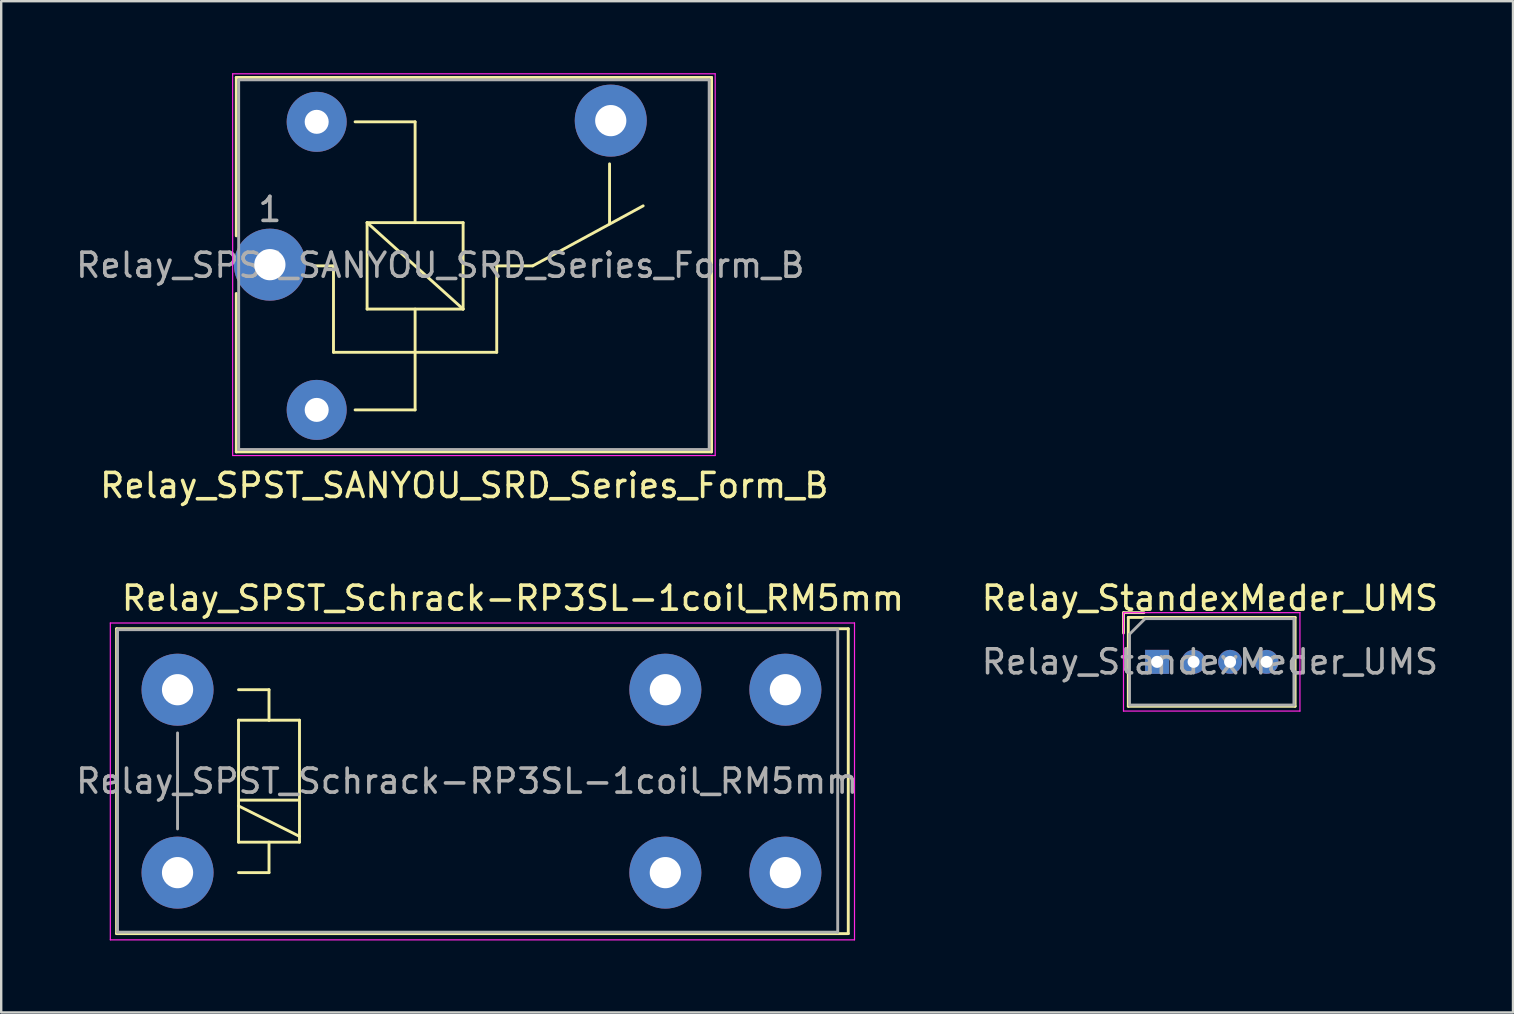
<source format=kicad_pcb>
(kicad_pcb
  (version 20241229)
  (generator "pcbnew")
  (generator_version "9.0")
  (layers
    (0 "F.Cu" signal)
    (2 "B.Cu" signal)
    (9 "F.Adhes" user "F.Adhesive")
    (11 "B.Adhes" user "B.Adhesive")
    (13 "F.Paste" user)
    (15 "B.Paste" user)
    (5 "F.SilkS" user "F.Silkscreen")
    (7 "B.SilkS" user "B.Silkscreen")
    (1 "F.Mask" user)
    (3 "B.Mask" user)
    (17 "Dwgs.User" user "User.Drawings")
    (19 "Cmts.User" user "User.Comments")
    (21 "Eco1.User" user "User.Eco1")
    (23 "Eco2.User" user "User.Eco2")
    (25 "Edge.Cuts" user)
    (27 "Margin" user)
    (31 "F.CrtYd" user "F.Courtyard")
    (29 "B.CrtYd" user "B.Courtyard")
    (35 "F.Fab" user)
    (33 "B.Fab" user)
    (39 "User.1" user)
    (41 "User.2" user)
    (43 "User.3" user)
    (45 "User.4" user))
  (footprint "Relay_SPST_Schrack-RP3SL-1coil_RM5mm"
    (layer "F.Cu")
    (at 4.346 25.681)
    (property "Reference" "Relay_SPST_Schrack-RP3SL-1coil_RM5mm" (at 13.97 -3.81 0) (layer "F.SilkS") (effects (font (size 1 1) (thickness 0.15))))
    (attr through_hole)
    (fp_line (start -2.54 -2.54) (end 27.94 -2.54) (stroke (width 0.12) (type solid)) (layer "F.SilkS"))
    (fp_line (start -2.54 10.16) (end -2.54 -2.54) (stroke (width 0.12) (type solid)) (layer "F.SilkS"))
    (fp_line (start 2.54 0) (end 3.81 0) (stroke (width 0.12) (type solid)) (layer "F.SilkS"))
    (fp_line (start 2.54 1.27) (end 3.81 1.27) (stroke (width 0.12) (type solid)) (layer "F.SilkS"))
    (fp_line (start 2.54 4.84) (end 5.08 6.11) (stroke (width 0.12) (type solid)) (layer "F.SilkS"))
    (fp_line (start 2.54 6.35) (end 2.54 1.27) (stroke (width 0.12) (type solid)) (layer "F.SilkS"))
    (fp_line (start 2.6 4.6) (end 5 4.6) (stroke (width 0.12) (type solid)) (layer "F.SilkS"))
    (fp_line (start 3.81 0) (end 3.81 1.27) (stroke (width 0.12) (type solid)) (layer "F.SilkS"))
    (fp_line (start 3.81 1.27) (end 5.08 1.27) (stroke (width 0.12) (type solid)) (layer "F.SilkS"))
    (fp_line (start 3.81 6.35) (end 3.81 7.62) (stroke (width 0.12) (type solid)) (layer "F.SilkS"))
    (fp_line (start 3.81 7.62) (end 2.54 7.62) (stroke (width 0.12) (type solid)) (layer "F.SilkS"))
    (fp_line (start 5.08 1.27) (end 5.08 6.35) (stroke (width 0.12) (type solid)) (layer "F.SilkS"))
    (fp_line (start 5.08 6.35) (end 2.54 6.35) (stroke (width 0.12) (type solid)) (layer "F.SilkS"))
    (fp_line (start 27.94 -2.54) (end 27.94 10.16) (stroke (width 0.12) (type solid)) (layer "F.SilkS"))
    (fp_line (start 27.94 10.16) (end -2.54 10.16) (stroke (width 0.12) (type solid)) (layer "F.SilkS"))
    (fp_line (start -2.8 -2.78) (end 28.2 -2.78) (stroke (width 0.05) (type solid)) (layer "F.CrtYd"))
    (fp_line (start -2.8 10.42) (end -2.8 -2.78) (stroke (width 0.05) (type solid)) (layer "F.CrtYd"))
    (fp_line (start 28.2 -2.78) (end 28.2 10.42) (stroke (width 0.05) (type solid)) (layer "F.CrtYd"))
    (fp_line (start 28.2 10.42) (end -2.8 10.42) (stroke (width 0.05) (type solid)) (layer "F.CrtYd"))
    (fp_line (start -2.5 -2.5) (end 27.5 -2.5) (stroke (width 0.12) (type solid)) (layer "F.Fab"))
    (fp_line (start -2.5 10.1) (end -2.5 -2.5) (stroke (width 0.12) (type solid)) (layer "F.Fab"))
    (fp_line (start 0 1.8) (end 0 5.8) (stroke (width 0.12) (type solid)) (layer "F.Fab"))
    (fp_line (start 27.5 -2.5) (end 27.5 10.1) (stroke (width 0.12) (type solid)) (layer "F.Fab"))
    (fp_line (start 27.5 10.1) (end -2.5 10.1) (stroke (width 0.12) (type solid)) (layer "F.Fab"))
    (fp_text user "${REFERENCE}" (at 12.065 3.81 0) (layer "F.Fab") (effects (font (size 1 1) (thickness 0.15))))
    (pad "11" thru_hole circle (at 20.32 0) (size 3 3) (drill 1.3) (layers "*.Cu" "*.Mask"))
    (pad "11" thru_hole circle (at 20.32 7.62) (size 3 3) (drill 1.3) (layers "*.Cu" "*.Mask"))
    (pad "14" thru_hole circle (at 25.32 0) (size 3 3) (drill 1.3) (layers "*.Cu" "*.Mask"))
    (pad "14" thru_hole circle (at 25.32 7.62) (size 3 3) (drill 1.3) (layers "*.Cu" "*.Mask"))
    (pad "A1" thru_hole circle (at 0 0) (size 3 3) (drill 1.3) (layers "*.Cu" "*.Mask"))
    (pad "A2" thru_hole circle (at 0 7.62) (size 3 3) (drill 1.3) (layers "*.Cu" "*.Mask")))
  (footprint "Relay_SPST_SANYOU_SRD_Series_Form_B"
    (layer "F.Cu")
    (at 8.192 7.975)
    (property "Reference" "Relay_SPST_SANYOU_SRD_Series_Form_B" (at 8.1 9.2 0) (layer "F.SilkS") (effects (font (size 1 1) (thickness 0.15))))
    (attr through_hole)
    (fp_line (start -1.4 -7.8) (end -1.4 -1.2) (stroke (width 0.12) (type solid)) (layer "F.SilkS"))
    (fp_line (start -1.4 -7.8) (end 18.4 -7.8) (stroke (width 0.12) (type solid)) (layer "F.SilkS"))
    (fp_line (start -1.4 1.2) (end -1.4 7.8) (stroke (width 0.12) (type solid)) (layer "F.SilkS"))
    (fp_line (start 2.65 0.05) (end 1.85 0.05) (stroke (width 0.12) (type solid)) (layer "F.SilkS"))
    (fp_line (start 2.65 0.05) (end 2.65 3.65) (stroke (width 0.12) (type solid)) (layer "F.SilkS"))
    (fp_line (start 3.55 6.05) (end 6.05 6.05) (stroke (width 0.12) (type solid)) (layer "F.SilkS"))
    (fp_line (start 4.05 -1.75) (end 8.05 -1.75) (stroke (width 0.12) (type solid)) (layer "F.SilkS"))
    (fp_line (start 4.05 1.85) (end 4.05 -1.75) (stroke (width 0.12) (type solid)) (layer "F.SilkS"))
    (fp_line (start 6.05 -5.95) (end 3.55 -5.95) (stroke (width 0.12) (type solid)) (layer "F.SilkS"))
    (fp_line (start 6.05 -5.95) (end 6.05 -1.75) (stroke (width 0.12) (type solid)) (layer "F.SilkS"))
    (fp_line (start 6.05 1.85) (end 6.05 6.05) (stroke (width 0.12) (type solid)) (layer "F.SilkS"))
    (fp_line (start 8.05 -1.75) (end 8.05 1.85) (stroke (width 0.12) (type solid)) (layer "F.SilkS"))
    (fp_line (start 8.05 1.85) (end 4.05 -1.75) (stroke (width 0.12) (type solid)) (layer "F.SilkS"))
    (fp_line (start 8.05 1.85) (end 4.05 1.85) (stroke (width 0.12) (type solid)) (layer "F.SilkS"))
    (fp_line (start 9.45 0.05) (end 9.45 3.65) (stroke (width 0.12) (type solid)) (layer "F.SilkS"))
    (fp_line (start 9.45 0.05) (end 10.95 0.05) (stroke (width 0.12) (type solid)) (layer "F.SilkS"))
    (fp_line (start 9.45 3.65) (end 2.65 3.65) (stroke (width 0.12) (type solid)) (layer "F.SilkS"))
    (fp_line (start 10.95 0.05) (end 15.55 -2.45) (stroke (width 0.12) (type solid)) (layer "F.SilkS"))
    (fp_line (start 14.15 -4.2) (end 14.15 -1.7) (stroke (width 0.12) (type solid)) (layer "F.SilkS"))
    (fp_line (start 18.4 -7.8) (end 18.4 7.8) (stroke (width 0.12) (type solid)) (layer "F.SilkS"))
    (fp_line (start 18.4 7.8) (end -1.4 7.8) (stroke (width 0.12) (type solid)) (layer "F.SilkS"))
    (fp_line (start -1.55 7.95) (end -1.55 -7.95) (stroke (width 0.05) (type solid)) (layer "F.CrtYd"))
    (fp_line (start -1.55 7.95) (end 18.55 7.95) (stroke (width 0.05) (type solid)) (layer "F.CrtYd"))
    (fp_line (start 18.55 -7.95) (end -1.55 -7.95) (stroke (width 0.05) (type solid)) (layer "F.CrtYd"))
    (fp_line (start 18.55 -7.95) (end 18.55 7.95) (stroke (width 0.05) (type solid)) (layer "F.CrtYd"))
    (fp_line (start -1.3 -7.7) (end 18.3 -7.7) (stroke (width 0.12) (type solid)) (layer "F.Fab"))
    (fp_line (start -1.3 7.7) (end -1.3 -7.7) (stroke (width 0.12) (type solid)) (layer "F.Fab"))
    (fp_line (start 18.3 -7.7) (end 18.3 7.7) (stroke (width 0.12) (type solid)) (layer "F.Fab"))
    (fp_line (start 18.3 7.7) (end -1.3 7.7) (stroke (width 0.12) (type solid)) (layer "F.Fab"))
    (fp_text user "1" (at 0 -2.3 0) (layer "F.Fab") (effects (font (size 1 1) (thickness 0.15))))
    (fp_text user "${REFERENCE}" (at 7.1 0.025 0) (layer "F.Fab") (effects (font (size 1 1) (thickness 0.15))))
    (pad "1" thru_hole circle (at 0 0 90) (size 3 3) (drill 1.3) (layers "*.Cu" "*.Mask"))
    (pad "2" thru_hole circle (at 1.95 6.05 90) (size 2.5 2.5) (drill 1) (layers "*.Cu" "*.Mask"))
    (pad "4" thru_hole circle (at 14.2 -6 90) (size 3 3) (drill 1.3) (layers "*.Cu" "*.Mask"))
    (pad "5" thru_hole circle (at 1.95 -5.95 90) (size 2.5 2.5) (drill 1) (layers "*.Cu" "*.Mask")))
  (footprint "Relay_StandexMeder_UMS"
    (layer "F.Cu")
    (at 45.151 24.521)
    (property "Reference" "Relay_StandexMeder_UMS" (at 2.2 -2.65 0) (layer "F.SilkS") (effects (font (size 1 1) (thickness 0.15))))
    (attr through_hole)
    (fp_line (start -1.4 -2.05) (end -0.55 -2.05) (stroke (width 0.12) (type solid)) (layer "F.SilkS"))
    (fp_line (start -1.4 -1.2) (end -1.4 -2.05) (stroke (width 0.12) (type solid)) (layer "F.SilkS"))
    (fp_line (start -1.2 -1.85) (end 5.75 -1.85) (stroke (width 0.12) (type solid)) (layer "F.SilkS"))
    (fp_line (start -1.2 1.85) (end -1.2 -1.85) (stroke (width 0.12) (type solid)) (layer "F.SilkS"))
    (fp_line (start 5.75 -1.85) (end 5.75 1.85) (stroke (width 0.12) (type solid)) (layer "F.SilkS"))
    (fp_line (start 5.75 1.85) (end -1.2 1.85) (stroke (width 0.12) (type solid)) (layer "F.SilkS"))
    (fp_line (start -1.4 -2.05) (end -1.4 2.05) (stroke (width 0.05) (type solid)) (layer "F.CrtYd"))
    (fp_line (start -1.4 -2.05) (end 5.95 -2.05) (stroke (width 0.05) (type solid)) (layer "F.CrtYd"))
    (fp_line (start 5.95 2.05) (end -1.4 2.05) (stroke (width 0.05) (type solid)) (layer "F.CrtYd"))
    (fp_line (start 5.95 2.05) (end 5.95 -2.05) (stroke (width 0.05) (type solid)) (layer "F.CrtYd"))
    (fp_line (start -1.15 -1.15) (end -1.15 1.8) (stroke (width 0.12) (type solid)) (layer "F.Fab"))
    (fp_line (start -1.15 1.8) (end 5.7 1.8) (stroke (width 0.12) (type solid)) (layer "F.Fab"))
    (fp_line (start -0.5 -1.8) (end -1.15 -1.15) (stroke (width 0.12) (type solid)) (layer "F.Fab"))
    (fp_line (start 5.7 -1.8) (end -0.5 -1.8) (stroke (width 0.12) (type solid)) (layer "F.Fab"))
    (fp_line (start 5.7 1.8) (end 5.7 -1.8) (stroke (width 0.12) (type solid)) (layer "F.Fab"))
    (fp_text user "${REFERENCE}" (at 2.2 0 0) (layer "F.Fab") (effects (font (size 1 1) (thickness 0.15))))
    (pad "1" thru_hole rect (at 0 0) (size 1 1) (drill 0.5) (layers "*.Cu" "*.Mask"))
    (pad "2" thru_hole circle (at 1.52 0) (size 1 1) (drill 0.5) (layers "*.Cu" "*.Mask"))
    (pad "3" thru_hole circle (at 3.04 0) (size 1 1) (drill 0.5) (layers "*.Cu" "*.Mask"))
    (pad "4" thru_hole circle (at 4.56 0) (size 1 1) (drill 0.5) (layers "*.Cu" "*.Mask")))
  (gr_rect
    (start -3 -3)
    (end 59.976 39.127)
    (stroke (width 0.1) (type default))
    (fill no)
    (layer "Edge.Cuts")))
</source>
